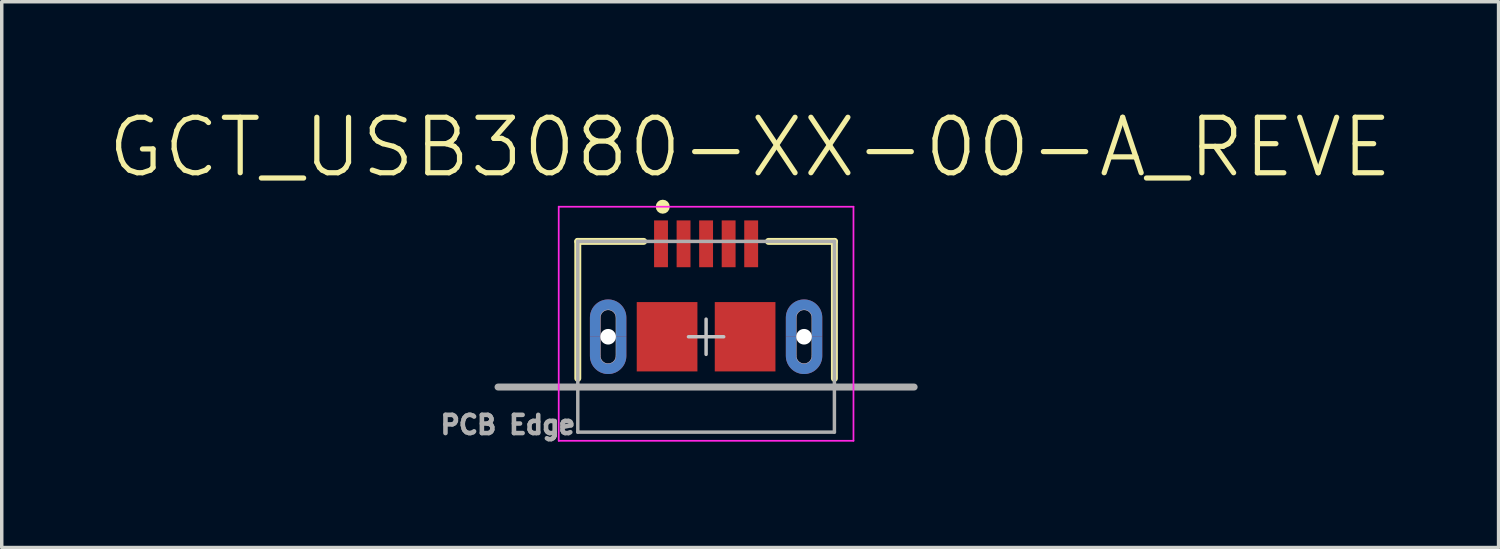
<source format=kicad_pcb>
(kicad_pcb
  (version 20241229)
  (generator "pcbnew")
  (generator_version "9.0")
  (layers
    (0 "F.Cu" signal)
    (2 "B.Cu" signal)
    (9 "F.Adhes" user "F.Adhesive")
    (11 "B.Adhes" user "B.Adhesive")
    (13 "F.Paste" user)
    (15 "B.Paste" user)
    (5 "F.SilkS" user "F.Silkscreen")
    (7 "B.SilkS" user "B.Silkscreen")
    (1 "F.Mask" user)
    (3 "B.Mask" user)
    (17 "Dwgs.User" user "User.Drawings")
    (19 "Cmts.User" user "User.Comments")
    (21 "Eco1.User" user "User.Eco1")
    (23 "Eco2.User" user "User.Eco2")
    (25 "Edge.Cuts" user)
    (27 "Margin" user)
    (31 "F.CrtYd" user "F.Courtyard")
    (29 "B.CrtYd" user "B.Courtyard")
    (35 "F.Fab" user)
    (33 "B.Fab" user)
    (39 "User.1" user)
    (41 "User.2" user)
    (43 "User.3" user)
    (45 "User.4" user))
  (footprint "GCT_USB3080-XX-00-A_REVE"
    (layer "F.Cu")
    (at 17.312 6.661)
    (property "Reference" "GCT_USB3080-XX-00-A_REVE" (at 1.27 -5.462 0) (layer "F.SilkS") (effects (font (size 1.6 1.6) (thickness 0.15))))
    (attr smd)
    (fp_poly (pts (xy -2.6 0) (xy -2.6 0.55) (xy -2.6 0.562) (xy -2.601 0.574) (xy -2.603 0.585) (xy -2.605 0.597) (xy -2.608 0.608) (xy -2.611 0.62) (xy -2.615 0.631) (xy -2.619 0.642) (xy -2.625 0.652) (xy -2.63 0.663) (xy -2.636 0.673) (xy -2.643 0.682) (xy -2.65 0.692) (xy -2.658 0.701) (xy -2.666 0.709) (xy -2.674 0.717) (xy -2.683 0.725) (xy -2.693 0.732) (xy -2.702 0.739) (xy -2.713 0.745) (xy -2.723 0.75) (xy -2.733 0.756) (xy -2.744 0.76) (xy -2.755 0.764) (xy -2.767 0.767) (xy -2.778 0.77) (xy -2.79 0.772) (xy -2.801 0.774) (xy -2.813 0.775) (xy -2.825 0.775) (xy -2.837 0.775) (xy -2.849 0.774) (xy -2.86 0.772) (xy -2.872 0.77) (xy -2.883 0.767) (xy -2.895 0.764) (xy -2.906 0.76) (xy -2.917 0.756) (xy -2.927 0.75) (xy -2.938 0.745) (xy -2.948 0.739) (xy -2.957 0.732) (xy -2.967 0.725) (xy -2.976 0.717) (xy -2.984 0.709) (xy -2.992 0.701) (xy -3 0.692) (xy -3.007 0.682) (xy -3.014 0.673) (xy -3.02 0.663) (xy -3.025 0.652) (xy -3.031 0.642) (xy -3.035 0.631) (xy -3.039 0.62) (xy -3.042 0.608) (xy -3.045 0.597) (xy -3.047 0.585) (xy -3.049 0.574) (xy -3.05 0.562) (xy -3.05 0.55) (xy -3.05 0) (xy -3.35 0) (xy -3.35 0.55) (xy -3.349 0.577) (xy -3.347 0.605) (xy -3.344 0.632) (xy -3.339 0.659) (xy -3.332 0.686) (xy -3.324 0.712) (xy -3.315 0.738) (xy -3.305 0.764) (xy -3.293 0.788) (xy -3.28 0.813) (xy -3.265 0.836) (xy -3.25 0.859) (xy -3.233 0.88) (xy -3.215 0.901) (xy -3.196 0.921) (xy -3.176 0.94) (xy -3.155 0.958) (xy -3.134 0.975) (xy -3.111 0.99) (xy -3.088 1.005) (xy -3.063 1.018) (xy -3.039 1.03) (xy -3.013 1.04) (xy -2.987 1.049) (xy -2.961 1.057) (xy -2.934 1.064) (xy -2.907 1.069) (xy -2.88 1.072) (xy -2.852 1.074) (xy -2.825 1.075) (xy -2.798 1.074) (xy -2.77 1.072) (xy -2.743 1.069) (xy -2.716 1.064) (xy -2.689 1.057) (xy -2.663 1.049) (xy -2.637 1.04) (xy -2.611 1.03) (xy -2.587 1.018) (xy -2.562 1.005) (xy -2.539 0.99) (xy -2.516 0.975) (xy -2.495 0.958) (xy -2.474 0.94) (xy -2.454 0.921) (xy -2.435 0.901) (xy -2.417 0.88) (xy -2.4 0.859) (xy -2.385 0.836) (xy -2.37 0.812) (xy -2.357 0.788) (xy -2.345 0.764) (xy -2.335 0.738) (xy -2.326 0.712) (xy -2.318 0.686) (xy -2.311 0.659) (xy -2.306 0.632) (xy -2.303 0.605) (xy -2.301 0.577) (xy -2.3 0.55) (xy -2.3 0) (xy -2.6 0)) (stroke (width 0.001) (type solid)) (fill yes) (layer "F.Cu"))
    (fp_poly (pts (xy 3.05 0) (xy 3.05 0.55) (xy 3.05 0.562) (xy 3.049 0.574) (xy 3.047 0.585) (xy 3.045 0.597) (xy 3.042 0.608) (xy 3.039 0.62) (xy 3.035 0.631) (xy 3.031 0.642) (xy 3.025 0.652) (xy 3.02 0.663) (xy 3.014 0.673) (xy 3.007 0.682) (xy 3 0.692) (xy 2.992 0.701) (xy 2.984 0.709) (xy 2.976 0.717) (xy 2.967 0.725) (xy 2.957 0.732) (xy 2.948 0.739) (xy 2.938 0.745) (xy 2.927 0.75) (xy 2.917 0.756) (xy 2.906 0.76) (xy 2.895 0.764) (xy 2.883 0.767) (xy 2.872 0.77) (xy 2.86 0.772) (xy 2.849 0.774) (xy 2.837 0.775) (xy 2.825 0.775) (xy 2.813 0.775) (xy 2.801 0.774) (xy 2.79 0.772) (xy 2.778 0.77) (xy 2.767 0.767) (xy 2.755 0.764) (xy 2.744 0.76) (xy 2.733 0.756) (xy 2.723 0.75) (xy 2.712 0.745) (xy 2.702 0.739) (xy 2.693 0.732) (xy 2.683 0.725) (xy 2.674 0.717) (xy 2.666 0.709) (xy 2.658 0.701) (xy 2.65 0.692) (xy 2.643 0.682) (xy 2.636 0.673) (xy 2.63 0.663) (xy 2.625 0.652) (xy 2.619 0.642) (xy 2.615 0.631) (xy 2.611 0.62) (xy 2.608 0.608) (xy 2.605 0.597) (xy 2.603 0.585) (xy 2.601 0.574) (xy 2.6 0.562) (xy 2.6 0.55) (xy 2.6 0) (xy 2.3 0) (xy 2.3 0.55) (xy 2.301 0.577) (xy 2.303 0.605) (xy 2.306 0.632) (xy 2.311 0.659) (xy 2.318 0.686) (xy 2.326 0.712) (xy 2.335 0.738) (xy 2.345 0.764) (xy 2.357 0.788) (xy 2.37 0.812) (xy 2.385 0.836) (xy 2.4 0.859) (xy 2.417 0.88) (xy 2.435 0.901) (xy 2.454 0.921) (xy 2.474 0.94) (xy 2.495 0.958) (xy 2.516 0.975) (xy 2.539 0.99) (xy 2.563 1.005) (xy 2.587 1.018) (xy 2.611 1.03) (xy 2.637 1.04) (xy 2.663 1.049) (xy 2.689 1.057) (xy 2.716 1.064) (xy 2.743 1.069) (xy 2.77 1.072) (xy 2.798 1.074) (xy 2.825 1.075) (xy 2.852 1.074) (xy 2.88 1.072) (xy 2.907 1.069) (xy 2.934 1.064) (xy 2.961 1.057) (xy 2.987 1.049) (xy 3.013 1.04) (xy 3.039 1.03) (xy 3.063 1.018) (xy 3.088 1.005) (xy 3.111 0.99) (xy 3.134 0.975) (xy 3.155 0.958) (xy 3.176 0.94) (xy 3.196 0.921) (xy 3.215 0.901) (xy 3.233 0.88) (xy 3.25 0.859) (xy 3.265 0.836) (xy 3.28 0.813) (xy 3.293 0.788) (xy 3.305 0.764) (xy 3.315 0.738) (xy 3.324 0.712) (xy 3.332 0.686) (xy 3.339 0.659) (xy 3.344 0.632) (xy 3.347 0.605) (xy 3.349 0.577) (xy 3.35 0.55) (xy 3.35 0) (xy 3.05 0)) (stroke (width 0.001) (type solid)) (fill yes) (layer "F.Cu"))
    (fp_poly (pts (xy -3.556 -1.3) (xy -2.1 -1.3) (xy -2.1 1.302) (xy -3.556 1.302)) (stroke (width 0.01) (type solid)) (fill yes) (layer "F.Mask"))
    (fp_poly (pts (xy 2.101 -1.3) (xy 3.55 -1.3) (xy 3.55 1.301) (xy 2.101 1.301)) (stroke (width 0.01) (type solid)) (fill yes) (layer "F.Mask"))
    (fp_poly (pts (xy -3.05 0) (xy -3.05 -0.55) (xy -3.05 -0.562) (xy -3.049 -0.574) (xy -3.047 -0.585) (xy -3.045 -0.597) (xy -3.042 -0.608) (xy -3.039 -0.62) (xy -3.035 -0.631) (xy -3.031 -0.642) (xy -3.025 -0.652) (xy -3.02 -0.663) (xy -3.014 -0.673) (xy -3.007 -0.682) (xy -3 -0.692) (xy -2.992 -0.701) (xy -2.984 -0.709) (xy -2.976 -0.717) (xy -2.967 -0.725) (xy -2.957 -0.732) (xy -2.948 -0.739) (xy -2.938 -0.745) (xy -2.927 -0.75) (xy -2.917 -0.756) (xy -2.906 -0.76) (xy -2.895 -0.764) (xy -2.883 -0.767) (xy -2.872 -0.77) (xy -2.86 -0.772) (xy -2.849 -0.774) (xy -2.837 -0.775) (xy -2.825 -0.775) (xy -2.813 -0.775) (xy -2.801 -0.774) (xy -2.79 -0.772) (xy -2.778 -0.77) (xy -2.767 -0.767) (xy -2.755 -0.764) (xy -2.744 -0.76) (xy -2.733 -0.756) (xy -2.723 -0.75) (xy -2.713 -0.745) (xy -2.702 -0.739) (xy -2.693 -0.732) (xy -2.683 -0.725) (xy -2.674 -0.717) (xy -2.666 -0.709) (xy -2.658 -0.701) (xy -2.65 -0.692) (xy -2.643 -0.682) (xy -2.636 -0.673) (xy -2.63 -0.663) (xy -2.625 -0.652) (xy -2.619 -0.642) (xy -2.615 -0.631) (xy -2.611 -0.62) (xy -2.608 -0.608) (xy -2.605 -0.597) (xy -2.603 -0.585) (xy -2.601 -0.574) (xy -2.6 -0.562) (xy -2.6 -0.55) (xy -2.6 0) (xy -2.3 0) (xy -2.3 -0.55) (xy -2.301 -0.577) (xy -2.303 -0.605) (xy -2.306 -0.632) (xy -2.311 -0.659) (xy -2.318 -0.686) (xy -2.326 -0.712) (xy -2.335 -0.738) (xy -2.345 -0.764) (xy -2.357 -0.788) (xy -2.37 -0.812) (xy -2.385 -0.836) (xy -2.4 -0.859) (xy -2.417 -0.88) (xy -2.435 -0.901) (xy -2.454 -0.921) (xy -2.474 -0.94) (xy -2.495 -0.958) (xy -2.516 -0.975) (xy -2.539 -0.99) (xy -2.562 -1.005) (xy -2.587 -1.018) (xy -2.611 -1.03) (xy -2.637 -1.04) (xy -2.663 -1.049) (xy -2.689 -1.057) (xy -2.716 -1.064) (xy -2.743 -1.069) (xy -2.77 -1.072) (xy -2.798 -1.074) (xy -2.825 -1.075) (xy -2.852 -1.074) (xy -2.88 -1.072) (xy -2.907 -1.069) (xy -2.934 -1.064) (xy -2.961 -1.057) (xy -2.987 -1.049) (xy -3.013 -1.04) (xy -3.039 -1.03) (xy -3.063 -1.018) (xy -3.087 -1.005) (xy -3.111 -0.99) (xy -3.134 -0.975) (xy -3.155 -0.958) (xy -3.176 -0.94) (xy -3.196 -0.921) (xy -3.215 -0.901) (xy -3.233 -0.88) (xy -3.25 -0.859) (xy -3.265 -0.836) (xy -3.28 -0.813) (xy -3.293 -0.788) (xy -3.305 -0.764) (xy -3.315 -0.738) (xy -3.324 -0.712) (xy -3.332 -0.686) (xy -3.339 -0.659) (xy -3.344 -0.632) (xy -3.347 -0.605) (xy -3.349 -0.577) (xy -3.35 -0.55) (xy -3.35 0) (xy -3.05 0)) (stroke (width 0.001) (type solid)) (fill yes) (layer "B.Cu"))
    (fp_poly (pts (xy -2.6 0) (xy -2.6 0.55) (xy -2.6 0.562) (xy -2.601 0.574) (xy -2.603 0.585) (xy -2.605 0.597) (xy -2.608 0.608) (xy -2.611 0.62) (xy -2.615 0.631) (xy -2.619 0.642) (xy -2.625 0.652) (xy -2.63 0.663) (xy -2.636 0.673) (xy -2.643 0.682) (xy -2.65 0.692) (xy -2.658 0.701) (xy -2.666 0.709) (xy -2.674 0.717) (xy -2.683 0.725) (xy -2.693 0.732) (xy -2.702 0.739) (xy -2.713 0.745) (xy -2.723 0.75) (xy -2.733 0.756) (xy -2.744 0.76) (xy -2.755 0.764) (xy -2.767 0.767) (xy -2.778 0.77) (xy -2.79 0.772) (xy -2.801 0.774) (xy -2.813 0.775) (xy -2.825 0.775) (xy -2.837 0.775) (xy -2.849 0.774) (xy -2.86 0.772) (xy -2.872 0.77) (xy -2.883 0.767) (xy -2.895 0.764) (xy -2.906 0.76) (xy -2.917 0.756) (xy -2.927 0.75) (xy -2.938 0.745) (xy -2.948 0.739) (xy -2.957 0.732) (xy -2.967 0.725) (xy -2.976 0.717) (xy -2.984 0.709) (xy -2.992 0.701) (xy -3 0.692) (xy -3.007 0.682) (xy -3.014 0.673) (xy -3.02 0.663) (xy -3.025 0.652) (xy -3.031 0.642) (xy -3.035 0.631) (xy -3.039 0.62) (xy -3.042 0.608) (xy -3.045 0.597) (xy -3.047 0.585) (xy -3.049 0.574) (xy -3.05 0.562) (xy -3.05 0.55) (xy -3.05 0) (xy -3.35 0) (xy -3.35 0.55) (xy -3.349 0.577) (xy -3.347 0.605) (xy -3.344 0.632) (xy -3.339 0.659) (xy -3.332 0.686) (xy -3.324 0.712) (xy -3.315 0.738) (xy -3.305 0.764) (xy -3.293 0.788) (xy -3.28 0.813) (xy -3.265 0.836) (xy -3.25 0.859) (xy -3.233 0.88) (xy -3.215 0.901) (xy -3.196 0.921) (xy -3.176 0.94) (xy -3.155 0.958) (xy -3.134 0.975) (xy -3.111 0.99) (xy -3.088 1.005) (xy -3.063 1.018) (xy -3.039 1.03) (xy -3.013 1.04) (xy -2.987 1.049) (xy -2.961 1.057) (xy -2.934 1.064) (xy -2.907 1.069) (xy -2.88 1.072) (xy -2.852 1.074) (xy -2.825 1.075) (xy -2.798 1.074) (xy -2.77 1.072) (xy -2.743 1.069) (xy -2.716 1.064) (xy -2.689 1.057) (xy -2.663 1.049) (xy -2.637 1.04) (xy -2.611 1.03) (xy -2.587 1.018) (xy -2.562 1.005) (xy -2.539 0.99) (xy -2.516 0.975) (xy -2.495 0.958) (xy -2.474 0.94) (xy -2.454 0.921) (xy -2.435 0.901) (xy -2.417 0.88) (xy -2.4 0.859) (xy -2.385 0.836) (xy -2.37 0.812) (xy -2.357 0.788) (xy -2.345 0.764) (xy -2.335 0.738) (xy -2.326 0.712) (xy -2.318 0.686) (xy -2.311 0.659) (xy -2.306 0.632) (xy -2.303 0.605) (xy -2.301 0.577) (xy -2.3 0.55) (xy -2.3 0) (xy -2.6 0)) (stroke (width 0.001) (type solid)) (fill yes) (layer "B.Cu"))
    (fp_poly (pts (xy 2.6 0) (xy 2.6 -0.55) (xy 2.6 -0.562) (xy 2.601 -0.574) (xy 2.603 -0.585) (xy 2.605 -0.597) (xy 2.608 -0.608) (xy 2.611 -0.62) (xy 2.615 -0.631) (xy 2.619 -0.642) (xy 2.625 -0.652) (xy 2.63 -0.663) (xy 2.636 -0.673) (xy 2.643 -0.682) (xy 2.65 -0.692) (xy 2.658 -0.701) (xy 2.666 -0.709) (xy 2.674 -0.717) (xy 2.683 -0.725) (xy 2.693 -0.732) (xy 2.702 -0.739) (xy 2.713 -0.745) (xy 2.723 -0.75) (xy 2.733 -0.756) (xy 2.744 -0.76) (xy 2.755 -0.764) (xy 2.767 -0.767) (xy 2.778 -0.77) (xy 2.79 -0.772) (xy 2.801 -0.774) (xy 2.813 -0.775) (xy 2.825 -0.775) (xy 2.837 -0.775) (xy 2.849 -0.774) (xy 2.86 -0.772) (xy 2.872 -0.77) (xy 2.883 -0.767) (xy 2.895 -0.764) (xy 2.906 -0.76) (xy 2.917 -0.756) (xy 2.927 -0.75) (xy 2.938 -0.745) (xy 2.948 -0.739) (xy 2.957 -0.732) (xy 2.967 -0.725) (xy 2.976 -0.717) (xy 2.984 -0.709) (xy 2.992 -0.701) (xy 3 -0.692) (xy 3.007 -0.682) (xy 3.014 -0.673) (xy 3.02 -0.663) (xy 3.025 -0.652) (xy 3.031 -0.642) (xy 3.035 -0.631) (xy 3.039 -0.62) (xy 3.042 -0.608) (xy 3.045 -0.597) (xy 3.047 -0.585) (xy 3.049 -0.574) (xy 3.05 -0.562) (xy 3.05 -0.55) (xy 3.05 0) (xy 3.35 0) (xy 3.35 -0.55) (xy 3.349 -0.577) (xy 3.347 -0.605) (xy 3.344 -0.632) (xy 3.339 -0.659) (xy 3.332 -0.686) (xy 3.324 -0.712) (xy 3.315 -0.738) (xy 3.305 -0.764) (xy 3.293 -0.788) (xy 3.28 -0.813) (xy 3.265 -0.836) (xy 3.25 -0.859) (xy 3.233 -0.88) (xy 3.215 -0.901) (xy 3.196 -0.921) (xy 3.176 -0.94) (xy 3.155 -0.958) (xy 3.134 -0.975) (xy 3.111 -0.99) (xy 3.088 -1.005) (xy 3.063 -1.018) (xy 3.039 -1.03) (xy 3.013 -1.04) (xy 2.987 -1.049) (xy 2.961 -1.057) (xy 2.934 -1.064) (xy 2.907 -1.069) (xy 2.88 -1.072) (xy 2.852 -1.074) (xy 2.825 -1.075) (xy 2.798 -1.074) (xy 2.77 -1.072) (xy 2.743 -1.069) (xy 2.716 -1.064) (xy 2.689 -1.057) (xy 2.663 -1.049) (xy 2.637 -1.04) (xy 2.611 -1.03) (xy 2.587 -1.018) (xy 2.563 -1.005) (xy 2.539 -0.99) (xy 2.516 -0.975) (xy 2.495 -0.958) (xy 2.474 -0.94) (xy 2.454 -0.921) (xy 2.435 -0.901) (xy 2.417 -0.88) (xy 2.4 -0.859) (xy 2.385 -0.836) (xy 2.37 -0.812) (xy 2.357 -0.788) (xy 2.345 -0.764) (xy 2.335 -0.738) (xy 2.326 -0.712) (xy 2.318 -0.686) (xy 2.311 -0.659) (xy 2.306 -0.632) (xy 2.303 -0.605) (xy 2.301 -0.577) (xy 2.3 -0.55) (xy 2.3 0) (xy 2.6 0)) (stroke (width 0.001) (type solid)) (fill yes) (layer "B.Cu"))
    (fp_poly (pts (xy 3.05 0) (xy 3.05 0.55) (xy 3.05 0.562) (xy 3.049 0.574) (xy 3.047 0.585) (xy 3.045 0.597) (xy 3.042 0.608) (xy 3.039 0.62) (xy 3.035 0.631) (xy 3.031 0.642) (xy 3.025 0.652) (xy 3.02 0.663) (xy 3.014 0.673) (xy 3.007 0.682) (xy 3 0.692) (xy 2.992 0.701) (xy 2.984 0.709) (xy 2.976 0.717) (xy 2.967 0.725) (xy 2.957 0.732) (xy 2.948 0.739) (xy 2.938 0.745) (xy 2.927 0.75) (xy 2.917 0.756) (xy 2.906 0.76) (xy 2.895 0.764) (xy 2.883 0.767) (xy 2.872 0.77) (xy 2.86 0.772) (xy 2.849 0.774) (xy 2.837 0.775) (xy 2.825 0.775) (xy 2.813 0.775) (xy 2.801 0.774) (xy 2.79 0.772) (xy 2.778 0.77) (xy 2.767 0.767) (xy 2.755 0.764) (xy 2.744 0.76) (xy 2.733 0.756) (xy 2.723 0.75) (xy 2.712 0.745) (xy 2.702 0.739) (xy 2.693 0.732) (xy 2.683 0.725) (xy 2.674 0.717) (xy 2.666 0.709) (xy 2.658 0.701) (xy 2.65 0.692) (xy 2.643 0.682) (xy 2.636 0.673) (xy 2.63 0.663) (xy 2.625 0.652) (xy 2.619 0.642) (xy 2.615 0.631) (xy 2.611 0.62) (xy 2.608 0.608) (xy 2.605 0.597) (xy 2.603 0.585) (xy 2.601 0.574) (xy 2.6 0.562) (xy 2.6 0.55) (xy 2.6 0) (xy 2.3 0) (xy 2.3 0.55) (xy 2.301 0.577) (xy 2.303 0.605) (xy 2.306 0.632) (xy 2.311 0.659) (xy 2.318 0.686) (xy 2.326 0.712) (xy 2.335 0.738) (xy 2.345 0.764) (xy 2.357 0.788) (xy 2.37 0.812) (xy 2.385 0.836) (xy 2.4 0.859) (xy 2.417 0.88) (xy 2.435 0.901) (xy 2.454 0.921) (xy 2.474 0.94) (xy 2.495 0.958) (xy 2.516 0.975) (xy 2.539 0.99) (xy 2.563 1.005) (xy 2.587 1.018) (xy 2.611 1.03) (xy 2.637 1.04) (xy 2.663 1.049) (xy 2.689 1.057) (xy 2.716 1.064) (xy 2.743 1.069) (xy 2.77 1.072) (xy 2.798 1.074) (xy 2.825 1.075) (xy 2.852 1.074) (xy 2.88 1.072) (xy 2.907 1.069) (xy 2.934 1.064) (xy 2.961 1.057) (xy 2.987 1.049) (xy 3.013 1.04) (xy 3.039 1.03) (xy 3.063 1.018) (xy 3.088 1.005) (xy 3.111 0.99) (xy 3.134 0.975) (xy 3.155 0.958) (xy 3.176 0.94) (xy 3.196 0.921) (xy 3.215 0.901) (xy 3.233 0.88) (xy 3.25 0.859) (xy 3.265 0.836) (xy 3.28 0.813) (xy 3.293 0.788) (xy 3.305 0.764) (xy 3.315 0.738) (xy 3.324 0.712) (xy 3.332 0.686) (xy 3.339 0.659) (xy 3.344 0.632) (xy 3.347 0.605) (xy 3.349 0.577) (xy 3.35 0.55) (xy 3.35 0) (xy 3.05 0)) (stroke (width 0.001) (type solid)) (fill yes) (layer "B.Cu"))
    (fp_poly (pts (xy -3.555 -1.3) (xy -2.1 -1.3) (xy -2.1 1.302) (xy -3.555 1.302)) (stroke (width 0.01) (type solid)) (fill yes) (layer "B.Mask"))
    (fp_poly (pts (xy 2.103 -1.3) (xy 3.55 -1.3) (xy 3.55 1.302) (xy 2.103 1.302)) (stroke (width 0.01) (type solid)) (fill yes) (layer "B.Mask"))
    (fp_line (start -3.7 -2.75) (end -1.8 -2.75) (stroke (width 0.2) (type solid)) (layer "F.SilkS"))
    (fp_line (start -3.7 1.2) (end -3.7 -2.75) (stroke (width 0.2) (type solid)) (layer "F.SilkS"))
    (fp_line (start 1.8 -2.75) (end 3.7 -2.75) (stroke (width 0.2) (type solid)) (layer "F.SilkS"))
    (fp_line (start 3.7 1.2) (end 3.7 -2.75) (stroke (width 0.2) (type solid)) (layer "F.SilkS"))
    (fp_circle (center -1.25 -3.75) (end -1.148 -3.75) (stroke (width 0.2) (type solid)) (fill no) (layer "F.SilkS"))
    (fp_poly (pts (xy -3.05 0) (xy -3.05 -0.55) (xy -3.05 -0.562) (xy -3.049 -0.574) (xy -3.047 -0.585) (xy -3.045 -0.597) (xy -3.042 -0.608) (xy -3.039 -0.62) (xy -3.035 -0.631) (xy -3.031 -0.642) (xy -3.025 -0.652) (xy -3.02 -0.663) (xy -3.014 -0.673) (xy -3.007 -0.682) (xy -3 -0.692) (xy -2.992 -0.701) (xy -2.984 -0.709) (xy -2.976 -0.717) (xy -2.967 -0.725) (xy -2.957 -0.732) (xy -2.948 -0.739) (xy -2.938 -0.745) (xy -2.927 -0.75) (xy -2.917 -0.756) (xy -2.906 -0.76) (xy -2.895 -0.764) (xy -2.883 -0.767) (xy -2.872 -0.77) (xy -2.86 -0.772) (xy -2.849 -0.774) (xy -2.837 -0.775) (xy -2.825 -0.775) (xy -2.813 -0.775) (xy -2.801 -0.774) (xy -2.79 -0.772) (xy -2.778 -0.77) (xy -2.767 -0.767) (xy -2.755 -0.764) (xy -2.744 -0.76) (xy -2.733 -0.756) (xy -2.723 -0.75) (xy -2.713 -0.745) (xy -2.702 -0.739) (xy -2.693 -0.732) (xy -2.683 -0.725) (xy -2.674 -0.717) (xy -2.666 -0.709) (xy -2.658 -0.701) (xy -2.65 -0.692) (xy -2.643 -0.682) (xy -2.636 -0.673) (xy -2.63 -0.663) (xy -2.625 -0.652) (xy -2.619 -0.642) (xy -2.615 -0.631) (xy -2.611 -0.62) (xy -2.608 -0.608) (xy -2.605 -0.597) (xy -2.603 -0.585) (xy -2.601 -0.574) (xy -2.6 -0.562) (xy -2.6 -0.55) (xy -2.6 0) (xy -2.3 0) (xy -2.3 -0.55) (xy -2.301 -0.577) (xy -2.303 -0.605) (xy -2.306 -0.632) (xy -2.311 -0.659) (xy -2.318 -0.686) (xy -2.326 -0.712) (xy -2.335 -0.738) (xy -2.345 -0.764) (xy -2.357 -0.788) (xy -2.37 -0.812) (xy -2.385 -0.836) (xy -2.4 -0.859) (xy -2.417 -0.88) (xy -2.435 -0.901) (xy -2.454 -0.921) (xy -2.474 -0.94) (xy -2.495 -0.958) (xy -2.516 -0.975) (xy -2.539 -0.99) (xy -2.562 -1.005) (xy -2.587 -1.018) (xy -2.611 -1.03) (xy -2.637 -1.04) (xy -2.663 -1.049) (xy -2.689 -1.057) (xy -2.716 -1.064) (xy -2.743 -1.069) (xy -2.77 -1.072) (xy -2.798 -1.074) (xy -2.825 -1.075) (xy -2.852 -1.074) (xy -2.88 -1.072) (xy -2.907 -1.069) (xy -2.934 -1.064) (xy -2.961 -1.057) (xy -2.987 -1.049) (xy -3.013 -1.04) (xy -3.039 -1.03) (xy -3.063 -1.018) (xy -3.087 -1.005) (xy -3.111 -0.99) (xy -3.134 -0.975) (xy -3.155 -0.958) (xy -3.176 -0.94) (xy -3.196 -0.921) (xy -3.215 -0.901) (xy -3.233 -0.88) (xy -3.25 -0.859) (xy -3.265 -0.836) (xy -3.28 -0.813) (xy -3.293 -0.788) (xy -3.305 -0.764) (xy -3.315 -0.738) (xy -3.324 -0.712) (xy -3.332 -0.686) (xy -3.339 -0.659) (xy -3.344 -0.632) (xy -3.347 -0.605) (xy -3.349 -0.577) (xy -3.35 -0.55) (xy -3.35 0) (xy -3.05 0)) (stroke (width 0.001) (type solid)) (fill yes) (layer "F.Paste"))
    (fp_poly (pts (xy -2.6 0) (xy -2.6 0.55) (xy -2.6 0.562) (xy -2.601 0.574) (xy -2.603 0.585) (xy -2.605 0.597) (xy -2.608 0.608) (xy -2.611 0.62) (xy -2.615 0.631) (xy -2.619 0.642) (xy -2.625 0.652) (xy -2.63 0.663) (xy -2.636 0.673) (xy -2.643 0.682) (xy -2.65 0.692) (xy -2.658 0.701) (xy -2.666 0.709) (xy -2.674 0.717) (xy -2.683 0.725) (xy -2.693 0.732) (xy -2.702 0.739) (xy -2.713 0.745) (xy -2.723 0.75) (xy -2.733 0.756) (xy -2.744 0.76) (xy -2.755 0.764) (xy -2.767 0.767) (xy -2.778 0.77) (xy -2.79 0.772) (xy -2.801 0.774) (xy -2.813 0.775) (xy -2.825 0.775) (xy -2.837 0.775) (xy -2.849 0.774) (xy -2.86 0.772) (xy -2.872 0.77) (xy -2.883 0.767) (xy -2.895 0.764) (xy -2.906 0.76) (xy -2.917 0.756) (xy -2.927 0.75) (xy -2.938 0.745) (xy -2.948 0.739) (xy -2.957 0.732) (xy -2.967 0.725) (xy -2.976 0.717) (xy -2.984 0.709) (xy -2.992 0.701) (xy -3 0.692) (xy -3.007 0.682) (xy -3.014 0.673) (xy -3.02 0.663) (xy -3.025 0.652) (xy -3.031 0.642) (xy -3.035 0.631) (xy -3.039 0.62) (xy -3.042 0.608) (xy -3.045 0.597) (xy -3.047 0.585) (xy -3.049 0.574) (xy -3.05 0.562) (xy -3.05 0.55) (xy -3.05 0) (xy -3.35 0) (xy -3.35 0.55) (xy -3.349 0.577) (xy -3.347 0.605) (xy -3.344 0.632) (xy -3.339 0.659) (xy -3.332 0.686) (xy -3.324 0.712) (xy -3.315 0.738) (xy -3.305 0.764) (xy -3.293 0.788) (xy -3.28 0.813) (xy -3.265 0.836) (xy -3.25 0.859) (xy -3.233 0.88) (xy -3.215 0.901) (xy -3.196 0.921) (xy -3.176 0.94) (xy -3.155 0.958) (xy -3.134 0.975) (xy -3.111 0.99) (xy -3.088 1.005) (xy -3.063 1.018) (xy -3.039 1.03) (xy -3.013 1.04) (xy -2.987 1.049) (xy -2.961 1.057) (xy -2.934 1.064) (xy -2.907 1.069) (xy -2.88 1.072) (xy -2.852 1.074) (xy -2.825 1.075) (xy -2.798 1.074) (xy -2.77 1.072) (xy -2.743 1.069) (xy -2.716 1.064) (xy -2.689 1.057) (xy -2.663 1.049) (xy -2.637 1.04) (xy -2.611 1.03) (xy -2.587 1.018) (xy -2.562 1.005) (xy -2.539 0.99) (xy -2.516 0.975) (xy -2.495 0.958) (xy -2.474 0.94) (xy -2.454 0.921) (xy -2.435 0.901) (xy -2.417 0.88) (xy -2.4 0.859) (xy -2.385 0.836) (xy -2.37 0.812) (xy -2.357 0.788) (xy -2.345 0.764) (xy -2.335 0.738) (xy -2.326 0.712) (xy -2.318 0.686) (xy -2.311 0.659) (xy -2.306 0.632) (xy -2.303 0.605) (xy -2.301 0.577) (xy -2.3 0.55) (xy -2.3 0) (xy -2.6 0)) (stroke (width 0.001) (type solid)) (fill yes) (layer "F.Paste"))
    (fp_poly (pts (xy 2.6 0) (xy 2.6 -0.55) (xy 2.6 -0.562) (xy 2.601 -0.574) (xy 2.603 -0.585) (xy 2.605 -0.597) (xy 2.608 -0.608) (xy 2.611 -0.62) (xy 2.615 -0.631) (xy 2.619 -0.642) (xy 2.625 -0.652) (xy 2.63 -0.663) (xy 2.636 -0.673) (xy 2.643 -0.682) (xy 2.65 -0.692) (xy 2.658 -0.701) (xy 2.666 -0.709) (xy 2.674 -0.717) (xy 2.683 -0.725) (xy 2.693 -0.732) (xy 2.702 -0.739) (xy 2.713 -0.745) (xy 2.723 -0.75) (xy 2.733 -0.756) (xy 2.744 -0.76) (xy 2.755 -0.764) (xy 2.767 -0.767) (xy 2.778 -0.77) (xy 2.79 -0.772) (xy 2.801 -0.774) (xy 2.813 -0.775) (xy 2.825 -0.775) (xy 2.837 -0.775) (xy 2.849 -0.774) (xy 2.86 -0.772) (xy 2.872 -0.77) (xy 2.883 -0.767) (xy 2.895 -0.764) (xy 2.906 -0.76) (xy 2.917 -0.756) (xy 2.927 -0.75) (xy 2.938 -0.745) (xy 2.948 -0.739) (xy 2.957 -0.732) (xy 2.967 -0.725) (xy 2.976 -0.717) (xy 2.984 -0.709) (xy 2.992 -0.701) (xy 3 -0.692) (xy 3.007 -0.682) (xy 3.014 -0.673) (xy 3.02 -0.663) (xy 3.025 -0.652) (xy 3.031 -0.642) (xy 3.035 -0.631) (xy 3.039 -0.62) (xy 3.042 -0.608) (xy 3.045 -0.597) (xy 3.047 -0.585) (xy 3.049 -0.574) (xy 3.05 -0.562) (xy 3.05 -0.55) (xy 3.05 0) (xy 3.35 0) (xy 3.35 -0.55) (xy 3.349 -0.577) (xy 3.347 -0.605) (xy 3.344 -0.632) (xy 3.339 -0.659) (xy 3.332 -0.686) (xy 3.324 -0.712) (xy 3.315 -0.738) (xy 3.305 -0.764) (xy 3.293 -0.788) (xy 3.28 -0.813) (xy 3.265 -0.836) (xy 3.25 -0.859) (xy 3.233 -0.88) (xy 3.215 -0.901) (xy 3.196 -0.921) (xy 3.176 -0.94) (xy 3.155 -0.958) (xy 3.134 -0.975) (xy 3.111 -0.99) (xy 3.088 -1.005) (xy 3.063 -1.018) (xy 3.039 -1.03) (xy 3.013 -1.04) (xy 2.987 -1.049) (xy 2.961 -1.057) (xy 2.934 -1.064) (xy 2.907 -1.069) (xy 2.88 -1.072) (xy 2.852 -1.074) (xy 2.825 -1.075) (xy 2.798 -1.074) (xy 2.77 -1.072) (xy 2.743 -1.069) (xy 2.716 -1.064) (xy 2.689 -1.057) (xy 2.663 -1.049) (xy 2.637 -1.04) (xy 2.611 -1.03) (xy 2.587 -1.018) (xy 2.563 -1.005) (xy 2.539 -0.99) (xy 2.516 -0.975) (xy 2.495 -0.958) (xy 2.474 -0.94) (xy 2.454 -0.921) (xy 2.435 -0.901) (xy 2.417 -0.88) (xy 2.4 -0.859) (xy 2.385 -0.836) (xy 2.37 -0.812) (xy 2.357 -0.788) (xy 2.345 -0.764) (xy 2.335 -0.738) (xy 2.326 -0.712) (xy 2.318 -0.686) (xy 2.311 -0.659) (xy 2.306 -0.632) (xy 2.303 -0.605) (xy 2.301 -0.577) (xy 2.3 -0.55) (xy 2.3 0) (xy 2.6 0)) (stroke (width 0.001) (type solid)) (fill yes) (layer "F.Paste"))
    (fp_poly (pts (xy 3.05 0) (xy 3.05 0.55) (xy 3.05 0.562) (xy 3.049 0.574) (xy 3.047 0.585) (xy 3.045 0.597) (xy 3.042 0.608) (xy 3.039 0.62) (xy 3.035 0.631) (xy 3.031 0.642) (xy 3.025 0.652) (xy 3.02 0.663) (xy 3.014 0.673) (xy 3.007 0.682) (xy 3 0.692) (xy 2.992 0.701) (xy 2.984 0.709) (xy 2.976 0.717) (xy 2.967 0.725) (xy 2.957 0.732) (xy 2.948 0.739) (xy 2.938 0.745) (xy 2.927 0.75) (xy 2.917 0.756) (xy 2.906 0.76) (xy 2.895 0.764) (xy 2.883 0.767) (xy 2.872 0.77) (xy 2.86 0.772) (xy 2.849 0.774) (xy 2.837 0.775) (xy 2.825 0.775) (xy 2.813 0.775) (xy 2.801 0.774) (xy 2.79 0.772) (xy 2.778 0.77) (xy 2.767 0.767) (xy 2.755 0.764) (xy 2.744 0.76) (xy 2.733 0.756) (xy 2.723 0.75) (xy 2.712 0.745) (xy 2.702 0.739) (xy 2.693 0.732) (xy 2.683 0.725) (xy 2.674 0.717) (xy 2.666 0.709) (xy 2.658 0.701) (xy 2.65 0.692) (xy 2.643 0.682) (xy 2.636 0.673) (xy 2.63 0.663) (xy 2.625 0.652) (xy 2.619 0.642) (xy 2.615 0.631) (xy 2.611 0.62) (xy 2.608 0.608) (xy 2.605 0.597) (xy 2.603 0.585) (xy 2.601 0.574) (xy 2.6 0.562) (xy 2.6 0.55) (xy 2.6 0) (xy 2.3 0) (xy 2.3 0.55) (xy 2.301 0.577) (xy 2.303 0.605) (xy 2.306 0.632) (xy 2.311 0.659) (xy 2.318 0.686) (xy 2.326 0.712) (xy 2.335 0.738) (xy 2.345 0.764) (xy 2.357 0.788) (xy 2.37 0.812) (xy 2.385 0.836) (xy 2.4 0.859) (xy 2.417 0.88) (xy 2.435 0.901) (xy 2.454 0.921) (xy 2.474 0.94) (xy 2.495 0.958) (xy 2.516 0.975) (xy 2.539 0.99) (xy 2.563 1.005) (xy 2.587 1.018) (xy 2.611 1.03) (xy 2.637 1.04) (xy 2.663 1.049) (xy 2.689 1.057) (xy 2.716 1.064) (xy 2.743 1.069) (xy 2.77 1.072) (xy 2.798 1.074) (xy 2.825 1.075) (xy 2.852 1.074) (xy 2.88 1.072) (xy 2.907 1.069) (xy 2.934 1.064) (xy 2.961 1.057) (xy 2.987 1.049) (xy 3.013 1.04) (xy 3.039 1.03) (xy 3.063 1.018) (xy 3.088 1.005) (xy 3.111 0.99) (xy 3.134 0.975) (xy 3.155 0.958) (xy 3.176 0.94) (xy 3.196 0.921) (xy 3.215 0.901) (xy 3.233 0.88) (xy 3.25 0.859) (xy 3.265 0.836) (xy 3.28 0.813) (xy 3.293 0.788) (xy 3.305 0.764) (xy 3.315 0.738) (xy 3.324 0.712) (xy 3.332 0.686) (xy 3.339 0.659) (xy 3.344 0.632) (xy 3.347 0.605) (xy 3.349 0.577) (xy 3.35 0.55) (xy 3.35 0) (xy 3.05 0)) (stroke (width 0.001) (type solid)) (fill yes) (layer "F.Paste"))
    (fp_poly (pts (xy -3.05 0) (xy -3.05 -0.55) (xy -3.05 -0.562) (xy -3.049 -0.574) (xy -3.047 -0.585) (xy -3.045 -0.597) (xy -3.042 -0.608) (xy -3.039 -0.62) (xy -3.035 -0.631) (xy -3.031 -0.642) (xy -3.025 -0.652) (xy -3.02 -0.663) (xy -3.014 -0.673) (xy -3.007 -0.682) (xy -3 -0.692) (xy -2.992 -0.701) (xy -2.984 -0.709) (xy -2.976 -0.717) (xy -2.967 -0.725) (xy -2.957 -0.732) (xy -2.948 -0.739) (xy -2.938 -0.745) (xy -2.927 -0.75) (xy -2.917 -0.756) (xy -2.906 -0.76) (xy -2.895 -0.764) (xy -2.883 -0.767) (xy -2.872 -0.77) (xy -2.86 -0.772) (xy -2.849 -0.774) (xy -2.837 -0.775) (xy -2.825 -0.775) (xy -2.813 -0.775) (xy -2.801 -0.774) (xy -2.79 -0.772) (xy -2.778 -0.77) (xy -2.767 -0.767) (xy -2.755 -0.764) (xy -2.744 -0.76) (xy -2.733 -0.756) (xy -2.723 -0.75) (xy -2.713 -0.745) (xy -2.702 -0.739) (xy -2.693 -0.732) (xy -2.683 -0.725) (xy -2.674 -0.717) (xy -2.666 -0.709) (xy -2.658 -0.701) (xy -2.65 -0.692) (xy -2.643 -0.682) (xy -2.636 -0.673) (xy -2.63 -0.663) (xy -2.625 -0.652) (xy -2.619 -0.642) (xy -2.615 -0.631) (xy -2.611 -0.62) (xy -2.608 -0.608) (xy -2.605 -0.597) (xy -2.603 -0.585) (xy -2.601 -0.574) (xy -2.6 -0.562) (xy -2.6 -0.55) (xy -2.6 0) (xy -2.3 0) (xy -2.3 -0.55) (xy -2.301 -0.577) (xy -2.303 -0.605) (xy -2.306 -0.632) (xy -2.311 -0.659) (xy -2.318 -0.686) (xy -2.326 -0.712) (xy -2.335 -0.738) (xy -2.345 -0.764) (xy -2.357 -0.788) (xy -2.37 -0.812) (xy -2.385 -0.836) (xy -2.4 -0.859) (xy -2.417 -0.88) (xy -2.435 -0.901) (xy -2.454 -0.921) (xy -2.474 -0.94) (xy -2.495 -0.958) (xy -2.516 -0.975) (xy -2.539 -0.99) (xy -2.562 -1.005) (xy -2.587 -1.018) (xy -2.611 -1.03) (xy -2.637 -1.04) (xy -2.663 -1.049) (xy -2.689 -1.057) (xy -2.716 -1.064) (xy -2.743 -1.069) (xy -2.77 -1.072) (xy -2.798 -1.074) (xy -2.825 -1.075) (xy -2.852 -1.074) (xy -2.88 -1.072) (xy -2.907 -1.069) (xy -2.934 -1.064) (xy -2.961 -1.057) (xy -2.987 -1.049) (xy -3.013 -1.04) (xy -3.039 -1.03) (xy -3.063 -1.018) (xy -3.087 -1.005) (xy -3.111 -0.99) (xy -3.134 -0.975) (xy -3.155 -0.958) (xy -3.176 -0.94) (xy -3.196 -0.921) (xy -3.215 -0.901) (xy -3.233 -0.88) (xy -3.25 -0.859) (xy -3.265 -0.836) (xy -3.28 -0.813) (xy -3.293 -0.788) (xy -3.305 -0.764) (xy -3.315 -0.738) (xy -3.324 -0.712) (xy -3.332 -0.686) (xy -3.339 -0.659) (xy -3.344 -0.632) (xy -3.347 -0.605) (xy -3.349 -0.577) (xy -3.35 -0.55) (xy -3.35 0) (xy -3.05 0)) (stroke (width 0.001) (type solid)) (fill yes) (layer "B.Paste"))
    (fp_poly (pts (xy -2.6 0) (xy -2.6 0.55) (xy -2.6 0.562) (xy -2.601 0.574) (xy -2.603 0.585) (xy -2.605 0.597) (xy -2.608 0.608) (xy -2.611 0.62) (xy -2.615 0.631) (xy -2.619 0.642) (xy -2.625 0.652) (xy -2.63 0.663) (xy -2.636 0.673) (xy -2.643 0.682) (xy -2.65 0.692) (xy -2.658 0.701) (xy -2.666 0.709) (xy -2.674 0.717) (xy -2.683 0.725) (xy -2.693 0.732) (xy -2.702 0.739) (xy -2.713 0.745) (xy -2.723 0.75) (xy -2.733 0.756) (xy -2.744 0.76) (xy -2.755 0.764) (xy -2.767 0.767) (xy -2.778 0.77) (xy -2.79 0.772) (xy -2.801 0.774) (xy -2.813 0.775) (xy -2.825 0.775) (xy -2.837 0.775) (xy -2.849 0.774) (xy -2.86 0.772) (xy -2.872 0.77) (xy -2.883 0.767) (xy -2.895 0.764) (xy -2.906 0.76) (xy -2.917 0.756) (xy -2.927 0.75) (xy -2.938 0.745) (xy -2.948 0.739) (xy -2.957 0.732) (xy -2.967 0.725) (xy -2.976 0.717) (xy -2.984 0.709) (xy -2.992 0.701) (xy -3 0.692) (xy -3.007 0.682) (xy -3.014 0.673) (xy -3.02 0.663) (xy -3.025 0.652) (xy -3.031 0.642) (xy -3.035 0.631) (xy -3.039 0.62) (xy -3.042 0.608) (xy -3.045 0.597) (xy -3.047 0.585) (xy -3.049 0.574) (xy -3.05 0.562) (xy -3.05 0.55) (xy -3.05 0) (xy -3.35 0) (xy -3.35 0.55) (xy -3.349 0.577) (xy -3.347 0.605) (xy -3.344 0.632) (xy -3.339 0.659) (xy -3.332 0.686) (xy -3.324 0.712) (xy -3.315 0.738) (xy -3.305 0.764) (xy -3.293 0.788) (xy -3.28 0.813) (xy -3.265 0.836) (xy -3.25 0.859) (xy -3.233 0.88) (xy -3.215 0.901) (xy -3.196 0.921) (xy -3.176 0.94) (xy -3.155 0.958) (xy -3.134 0.975) (xy -3.111 0.99) (xy -3.088 1.005) (xy -3.063 1.018) (xy -3.039 1.03) (xy -3.013 1.04) (xy -2.987 1.049) (xy -2.961 1.057) (xy -2.934 1.064) (xy -2.907 1.069) (xy -2.88 1.072) (xy -2.852 1.074) (xy -2.825 1.075) (xy -2.798 1.074) (xy -2.77 1.072) (xy -2.743 1.069) (xy -2.716 1.064) (xy -2.689 1.057) (xy -2.663 1.049) (xy -2.637 1.04) (xy -2.611 1.03) (xy -2.587 1.018) (xy -2.562 1.005) (xy -2.539 0.99) (xy -2.516 0.975) (xy -2.495 0.958) (xy -2.474 0.94) (xy -2.454 0.921) (xy -2.435 0.901) (xy -2.417 0.88) (xy -2.4 0.859) (xy -2.385 0.836) (xy -2.37 0.812) (xy -2.357 0.788) (xy -2.345 0.764) (xy -2.335 0.738) (xy -2.326 0.712) (xy -2.318 0.686) (xy -2.311 0.659) (xy -2.306 0.632) (xy -2.303 0.605) (xy -2.301 0.577) (xy -2.3 0.55) (xy -2.3 0) (xy -2.6 0)) (stroke (width 0.001) (type solid)) (fill yes) (layer "B.Paste"))
    (fp_poly (pts (xy 2.6 0) (xy 2.6 -0.55) (xy 2.6 -0.562) (xy 2.601 -0.574) (xy 2.603 -0.585) (xy 2.605 -0.597) (xy 2.608 -0.608) (xy 2.611 -0.62) (xy 2.615 -0.631) (xy 2.619 -0.642) (xy 2.625 -0.652) (xy 2.63 -0.663) (xy 2.636 -0.673) (xy 2.643 -0.682) (xy 2.65 -0.692) (xy 2.658 -0.701) (xy 2.666 -0.709) (xy 2.674 -0.717) (xy 2.683 -0.725) (xy 2.693 -0.732) (xy 2.702 -0.739) (xy 2.713 -0.745) (xy 2.723 -0.75) (xy 2.733 -0.756) (xy 2.744 -0.76) (xy 2.755 -0.764) (xy 2.767 -0.767) (xy 2.778 -0.77) (xy 2.79 -0.772) (xy 2.801 -0.774) (xy 2.813 -0.775) (xy 2.825 -0.775) (xy 2.837 -0.775) (xy 2.849 -0.774) (xy 2.86 -0.772) (xy 2.872 -0.77) (xy 2.883 -0.767) (xy 2.895 -0.764) (xy 2.906 -0.76) (xy 2.917 -0.756) (xy 2.927 -0.75) (xy 2.938 -0.745) (xy 2.948 -0.739) (xy 2.957 -0.732) (xy 2.967 -0.725) (xy 2.976 -0.717) (xy 2.984 -0.709) (xy 2.992 -0.701) (xy 3 -0.692) (xy 3.007 -0.682) (xy 3.014 -0.673) (xy 3.02 -0.663) (xy 3.025 -0.652) (xy 3.031 -0.642) (xy 3.035 -0.631) (xy 3.039 -0.62) (xy 3.042 -0.608) (xy 3.045 -0.597) (xy 3.047 -0.585) (xy 3.049 -0.574) (xy 3.05 -0.562) (xy 3.05 -0.55) (xy 3.05 0) (xy 3.35 0) (xy 3.35 -0.55) (xy 3.349 -0.577) (xy 3.347 -0.605) (xy 3.344 -0.632) (xy 3.339 -0.659) (xy 3.332 -0.686) (xy 3.324 -0.712) (xy 3.315 -0.738) (xy 3.305 -0.764) (xy 3.293 -0.788) (xy 3.28 -0.813) (xy 3.265 -0.836) (xy 3.25 -0.859) (xy 3.233 -0.88) (xy 3.215 -0.901) (xy 3.196 -0.921) (xy 3.176 -0.94) (xy 3.155 -0.958) (xy 3.134 -0.975) (xy 3.111 -0.99) (xy 3.088 -1.005) (xy 3.063 -1.018) (xy 3.039 -1.03) (xy 3.013 -1.04) (xy 2.987 -1.049) (xy 2.961 -1.057) (xy 2.934 -1.064) (xy 2.907 -1.069) (xy 2.88 -1.072) (xy 2.852 -1.074) (xy 2.825 -1.075) (xy 2.798 -1.074) (xy 2.77 -1.072) (xy 2.743 -1.069) (xy 2.716 -1.064) (xy 2.689 -1.057) (xy 2.663 -1.049) (xy 2.637 -1.04) (xy 2.611 -1.03) (xy 2.587 -1.018) (xy 2.563 -1.005) (xy 2.539 -0.99) (xy 2.516 -0.975) (xy 2.495 -0.958) (xy 2.474 -0.94) (xy 2.454 -0.921) (xy 2.435 -0.901) (xy 2.417 -0.88) (xy 2.4 -0.859) (xy 2.385 -0.836) (xy 2.37 -0.812) (xy 2.357 -0.788) (xy 2.345 -0.764) (xy 2.335 -0.738) (xy 2.326 -0.712) (xy 2.318 -0.686) (xy 2.311 -0.659) (xy 2.306 -0.632) (xy 2.303 -0.605) (xy 2.301 -0.577) (xy 2.3 -0.55) (xy 2.3 0) (xy 2.6 0)) (stroke (width 0.001) (type solid)) (fill yes) (layer "B.Paste"))
    (fp_poly (pts (xy 3.05 0) (xy 3.05 0.55) (xy 3.05 0.562) (xy 3.049 0.574) (xy 3.047 0.585) (xy 3.045 0.597) (xy 3.042 0.608) (xy 3.039 0.62) (xy 3.035 0.631) (xy 3.031 0.642) (xy 3.025 0.652) (xy 3.02 0.663) (xy 3.014 0.673) (xy 3.007 0.682) (xy 3 0.692) (xy 2.992 0.701) (xy 2.984 0.709) (xy 2.976 0.717) (xy 2.967 0.725) (xy 2.957 0.732) (xy 2.948 0.739) (xy 2.938 0.745) (xy 2.927 0.75) (xy 2.917 0.756) (xy 2.906 0.76) (xy 2.895 0.764) (xy 2.883 0.767) (xy 2.872 0.77) (xy 2.86 0.772) (xy 2.849 0.774) (xy 2.837 0.775) (xy 2.825 0.775) (xy 2.813 0.775) (xy 2.801 0.774) (xy 2.79 0.772) (xy 2.778 0.77) (xy 2.767 0.767) (xy 2.755 0.764) (xy 2.744 0.76) (xy 2.733 0.756) (xy 2.723 0.75) (xy 2.712 0.745) (xy 2.702 0.739) (xy 2.693 0.732) (xy 2.683 0.725) (xy 2.674 0.717) (xy 2.666 0.709) (xy 2.658 0.701) (xy 2.65 0.692) (xy 2.643 0.682) (xy 2.636 0.673) (xy 2.63 0.663) (xy 2.625 0.652) (xy 2.619 0.642) (xy 2.615 0.631) (xy 2.611 0.62) (xy 2.608 0.608) (xy 2.605 0.597) (xy 2.603 0.585) (xy 2.601 0.574) (xy 2.6 0.562) (xy 2.6 0.55) (xy 2.6 0) (xy 2.3 0) (xy 2.3 0.55) (xy 2.301 0.577) (xy 2.303 0.605) (xy 2.306 0.632) (xy 2.311 0.659) (xy 2.318 0.686) (xy 2.326 0.712) (xy 2.335 0.738) (xy 2.345 0.764) (xy 2.357 0.788) (xy 2.37 0.812) (xy 2.385 0.836) (xy 2.4 0.859) (xy 2.417 0.88) (xy 2.435 0.901) (xy 2.454 0.921) (xy 2.474 0.94) (xy 2.495 0.958) (xy 2.516 0.975) (xy 2.539 0.99) (xy 2.563 1.005) (xy 2.587 1.018) (xy 2.611 1.03) (xy 2.637 1.04) (xy 2.663 1.049) (xy 2.689 1.057) (xy 2.716 1.064) (xy 2.743 1.069) (xy 2.77 1.072) (xy 2.798 1.074) (xy 2.825 1.075) (xy 2.852 1.074) (xy 2.88 1.072) (xy 2.907 1.069) (xy 2.934 1.064) (xy 2.961 1.057) (xy 2.987 1.049) (xy 3.013 1.04) (xy 3.039 1.03) (xy 3.063 1.018) (xy 3.088 1.005) (xy 3.111 0.99) (xy 3.134 0.975) (xy 3.155 0.958) (xy 3.176 0.94) (xy 3.196 0.921) (xy 3.215 0.901) (xy 3.233 0.88) (xy 3.25 0.859) (xy 3.265 0.836) (xy 3.28 0.813) (xy 3.293 0.788) (xy 3.305 0.764) (xy 3.315 0.738) (xy 3.324 0.712) (xy 3.332 0.686) (xy 3.339 0.659) (xy 3.344 0.632) (xy 3.347 0.605) (xy 3.349 0.577) (xy 3.35 0.55) (xy 3.35 0) (xy 3.05 0)) (stroke (width 0.001) (type solid)) (fill yes) (layer "B.Paste"))
    (fp_line (start -0.508 0) (end 0.508 0) (stroke (width 0.1) (type solid)) (layer "Dwgs.User"))
    (fp_line (start 0 0.508) (end 0 -0.508) (stroke (width 0.1) (type solid)) (layer "Dwgs.User"))
    (fp_line (start -3.05 0.55) (end -3.05 -0.55) (stroke (width 0.01) (type solid)) (layer "Edge.Cuts"))
    (fp_line (start -2.6 -0.55) (end -2.6 0.55) (stroke (width 0.01) (type solid)) (layer "Edge.Cuts"))
    (fp_line (start 2.6 0.55) (end 2.6 -0.55) (stroke (width 0.01) (type solid)) (layer "Edge.Cuts"))
    (fp_line (start 3.05 -0.55) (end 3.05 0.55) (stroke (width 0.01) (type solid)) (layer "Edge.Cuts"))
    (fp_arc (start -3.05 -0.55) (mid -2.984099 -0.709099) (end -2.825 -0.775) (stroke (width 0.01) (type solid)) (layer "Edge.Cuts"))
    (fp_arc (start -2.825 -0.775) (mid -2.665901 -0.709099) (end -2.6 -0.55) (stroke (width 0.01) (type solid)) (layer "Edge.Cuts"))
    (fp_arc (start -2.825 0.775) (mid -2.984099 0.709099) (end -3.05 0.55) (stroke (width 0.01) (type solid)) (layer "Edge.Cuts"))
    (fp_arc (start -2.6 0.55) (mid -2.665901 0.709099) (end -2.825 0.775) (stroke (width 0.01) (type solid)) (layer "Edge.Cuts"))
    (fp_arc (start 2.6 -0.55) (mid 2.665901 -0.709099) (end 2.825 -0.775) (stroke (width 0.01) (type solid)) (layer "Edge.Cuts"))
    (fp_arc (start 2.825 -0.775) (mid 2.984099 -0.709099) (end 3.05 -0.55) (stroke (width 0.01) (type solid)) (layer "Edge.Cuts"))
    (fp_arc (start 2.825 0.775) (mid 2.665901 0.709099) (end 2.6 0.55) (stroke (width 0.01) (type solid)) (layer "Edge.Cuts"))
    (fp_arc (start 3.05 0.55) (mid 2.984099 0.709099) (end 2.825 0.775) (stroke (width 0.01) (type solid)) (layer "Edge.Cuts"))
    (fp_line (start -4.25 -3.75) (end 4.25 -3.75) (stroke (width 0.05) (type solid)) (layer "F.CrtYd"))
    (fp_line (start -4.25 3) (end -4.25 -3.75) (stroke (width 0.05) (type solid)) (layer "F.CrtYd"))
    (fp_line (start -4.25 3) (end 4.25 3) (stroke (width 0.05) (type solid)) (layer "F.CrtYd"))
    (fp_line (start 4.25 3) (end 4.25 -3.75) (stroke (width 0.05) (type solid)) (layer "F.CrtYd"))
    (fp_line (start -6 1.45) (end 6 1.45) (stroke (width 0.2) (type solid)) (layer "F.Fab"))
    (fp_line (start -3.7 -2.75) (end 3.7 -2.75) (stroke (width 0.1) (type solid)) (layer "F.Fab"))
    (fp_line (start -3.7 2.75) (end -3.7 -2.75) (stroke (width 0.1) (type solid)) (layer "F.Fab"))
    (fp_line (start -3.7 2.75) (end 3.7 2.75) (stroke (width 0.1) (type solid)) (layer "F.Fab"))
    (fp_line (start 3.7 2.75) (end 3.7 -2.75) (stroke (width 0.1) (type solid)) (layer "F.Fab"))
    (fp_text user "PCB Edge" (at -5.716 2.541 0) (layer "F.Fab") (effects (font (size 0.525 0.525) (thickness 0.15))))
    (pad "" np_thru_hole circle (at -2.825 0) (size 0.45 0.45) (drill 0.45) (layers "*.Cu" "*.Mask"))
    (pad "" np_thru_hole circle (at 2.825 0) (size 0.45 0.45) (drill 0.45) (layers "*.Cu" "*.Mask"))
    (pad "1" smd rect (at -1.3 -2.68) (size 0.4 1.35) (layers "F.Cu" "F.Mask" "F.Paste"))
    (pad "2" smd rect (at -0.65 -2.68) (size 0.4 1.35) (layers "F.Cu" "F.Mask" "F.Paste"))
    (pad "3" smd rect (at 0 -2.68) (size 0.4 1.35) (layers "F.Cu" "F.Mask" "F.Paste"))
    (pad "4" smd rect (at 0.65 -2.68) (size 0.4 1.35) (layers "F.Cu" "F.Mask" "F.Paste"))
    (pad "5" smd rect (at 1.3 -2.68) (size 0.4 1.35) (layers "F.Cu" "F.Mask" "F.Paste"))
    (pad "6" smd custom (at -3 -0.85) (size 0.1 0.1) (layers "F.Cu") (options (anchor rect)) (primitives (gr_poly (pts (xy -0.05 0.85) (xy -0.05 0.3) (xy -0.05 0.288) (xy -0.049 0.276) (xy -0.047 0.265) (xy -0.045 0.253) (xy -0.042 0.242) (xy -0.039 0.23) (xy -0.035 0.219) (xy -0.031 0.208) (xy -0.025 0.198) (xy -0.02 0.187) (xy -0.014 0.177) (xy -0.007 0.168) (xy 0 0.158) (xy 0.008 0.149) (xy 0.016 0.141) (xy 0.024 0.133) (xy 0.033 0.125) (xy 0.043 0.118) (xy 0.052 0.111) (xy 0.062 0.105) (xy 0.073 0.1) (xy 0.083 0.094) (xy 0.094 0.09) (xy 0.105 0.086) (xy 0.117 0.083) (xy 0.128 0.08) (xy 0.14 0.078) (xy 0.151 0.076) (xy 0.163 0.075) (xy 0.175 0.075) (xy 0.187 0.075) (xy 0.199 0.076) (xy 0.21 0.078) (xy 0.222 0.08) (xy 0.233 0.083) (xy 0.245 0.086) (xy 0.256 0.09) (xy 0.267 0.094) (xy 0.277 0.1) (xy 0.287 0.105) (xy 0.298 0.111) (xy 0.307 0.118) (xy 0.317 0.125) (xy 0.326 0.133) (xy 0.334 0.141) (xy 0.342 0.149) (xy 0.35 0.158) (xy 0.357 0.168) (xy 0.364 0.177) (xy 0.37 0.187) (xy 0.375 0.198) (xy 0.381 0.208) (xy 0.385 0.219) (xy 0.389 0.23) (xy 0.392 0.242) (xy 0.395 0.253) (xy 0.397 0.265) (xy 0.399 0.276) (xy 0.4 0.288) (xy 0.4 0.3) (xy 0.4 0.85) (xy 0.7 0.85) (xy 0.7 0.3) (xy 0.699 0.273) (xy 0.697 0.245) (xy 0.694 0.218) (xy 0.689 0.191) (xy 0.682 0.164) (xy 0.674 0.138) (xy 0.665 0.112) (xy 0.655 0.086) (xy 0.643 0.062) (xy 0.63 0.038) (xy 0.615 0.014) (xy 0.6 -0.009) (xy 0.583 -0.03) (xy 0.565 -0.051) (xy 0.546 -0.071) (xy 0.526 -0.09) (xy 0.505 -0.108) (xy 0.484 -0.125) (xy 0.461 -0.14) (xy 0.438 -0.155) (xy 0.413 -0.168) (xy 0.389 -0.18) (xy 0.363 -0.19) (xy 0.337 -0.199) (xy 0.311 -0.207) (xy 0.284 -0.214) (xy 0.257 -0.219) (xy 0.23 -0.222) (xy 0.202 -0.224) (xy 0.175 -0.225) (xy 0.148 -0.224) (xy 0.12 -0.222) (xy 0.093 -0.219) (xy 0.066 -0.214) (xy 0.039 -0.207) (xy 0.013 -0.199) (xy -0.013 -0.19) (xy -0.039 -0.18) (xy -0.063 -0.168) (xy -0.087 -0.155) (xy -0.111 -0.14) (xy -0.134 -0.125) (xy -0.155 -0.108) (xy -0.176 -0.09) (xy -0.196 -0.071) (xy -0.215 -0.051) (xy -0.233 -0.03) (xy -0.25 -0.009) (xy -0.265 0.014) (xy -0.28 0.037) (xy -0.293 0.062) (xy -0.305 0.086) (xy -0.315 0.112) (xy -0.324 0.138) (xy -0.332 0.164) (xy -0.339 0.191) (xy -0.344 0.218) (xy -0.347 0.245) (xy -0.349 0.273) (xy -0.35 0.3) (xy -0.35 0.85) (xy -0.05 0.85)) (width 0.001) (fill yes))))
    (pad "7" smd custom (at 3 -0.85) (size 0.1 0.1) (layers "F.Cu") (options (anchor rect)) (primitives (gr_poly (pts (xy -0.4 0.85) (xy -0.4 0.3) (xy -0.4 0.288) (xy -0.399 0.276) (xy -0.397 0.265) (xy -0.395 0.253) (xy -0.392 0.242) (xy -0.389 0.23) (xy -0.385 0.219) (xy -0.381 0.208) (xy -0.375 0.198) (xy -0.37 0.187) (xy -0.364 0.177) (xy -0.357 0.168) (xy -0.35 0.158) (xy -0.342 0.149) (xy -0.334 0.141) (xy -0.326 0.133) (xy -0.317 0.125) (xy -0.307 0.118) (xy -0.298 0.111) (xy -0.287 0.105) (xy -0.277 0.1) (xy -0.267 0.094) (xy -0.256 0.09) (xy -0.245 0.086) (xy -0.233 0.083) (xy -0.222 0.08) (xy -0.21 0.078) (xy -0.199 0.076) (xy -0.187 0.075) (xy -0.175 0.075) (xy -0.163 0.075) (xy -0.151 0.076) (xy -0.14 0.078) (xy -0.128 0.08) (xy -0.117 0.083) (xy -0.105 0.086) (xy -0.094 0.09) (xy -0.083 0.094) (xy -0.073 0.1) (xy -0.062 0.105) (xy -0.052 0.111) (xy -0.043 0.118) (xy -0.033 0.125) (xy -0.024 0.133) (xy -0.016 0.141) (xy -0.008 0.149) (xy 0 0.158) (xy 0.007 0.168) (xy 0.014 0.177) (xy 0.02 0.187) (xy 0.025 0.198) (xy 0.031 0.208) (xy 0.035 0.219) (xy 0.039 0.23) (xy 0.042 0.242) (xy 0.045 0.253) (xy 0.047 0.265) (xy 0.049 0.276) (xy 0.05 0.288) (xy 0.05 0.3) (xy 0.05 0.85) (xy 0.35 0.85) (xy 0.35 0.3) (xy 0.349 0.273) (xy 0.347 0.245) (xy 0.344 0.218) (xy 0.339 0.191) (xy 0.332 0.164) (xy 0.324 0.138) (xy 0.315 0.112) (xy 0.305 0.086) (xy 0.293 0.062) (xy 0.28 0.037) (xy 0.265 0.014) (xy 0.25 -0.009) (xy 0.233 -0.03) (xy 0.215 -0.051) (xy 0.196 -0.071) (xy 0.176 -0.09) (xy 0.155 -0.108) (xy 0.134 -0.125) (xy 0.111 -0.14) (xy 0.088 -0.155) (xy 0.063 -0.168) (xy 0.039 -0.18) (xy 0.013 -0.19) (xy -0.013 -0.199) (xy -0.039 -0.207) (xy -0.066 -0.214) (xy -0.093 -0.219) (xy -0.12 -0.222) (xy -0.148 -0.224) (xy -0.175 -0.225) (xy -0.202 -0.224) (xy -0.23 -0.222) (xy -0.257 -0.219) (xy -0.284 -0.214) (xy -0.311 -0.207) (xy -0.337 -0.199) (xy -0.363 -0.19) (xy -0.389 -0.18) (xy -0.413 -0.168) (xy -0.437 -0.155) (xy -0.461 -0.14) (xy -0.484 -0.125) (xy -0.505 -0.108) (xy -0.526 -0.09) (xy -0.546 -0.071) (xy -0.565 -0.051) (xy -0.583 -0.03) (xy -0.6 -0.009) (xy -0.615 0.014) (xy -0.63 0.038) (xy -0.643 0.062) (xy -0.655 0.086) (xy -0.665 0.112) (xy -0.674 0.138) (xy -0.682 0.164) (xy -0.689 0.191) (xy -0.694 0.218) (xy -0.697 0.245) (xy -0.699 0.273) (xy -0.7 0.3) (xy -0.7 0.85) (xy -0.4 0.85)) (width 0.001) (fill yes))))
    (pad "8" smd rect (at -1.125 0) (size 1.75 2) (layers "F.Cu" "F.Mask" "F.Paste"))
    (pad "9" smd rect (at 1.125 0) (size 1.75 2) (layers "F.Cu" "F.Mask" "F.Paste")))
  (gr_rect
    (start -3 -3)
    (end 40.165 12.739)
    (stroke (width 0.1) (type default))
    (fill no)
    (layer "Edge.Cuts")))
</source>
